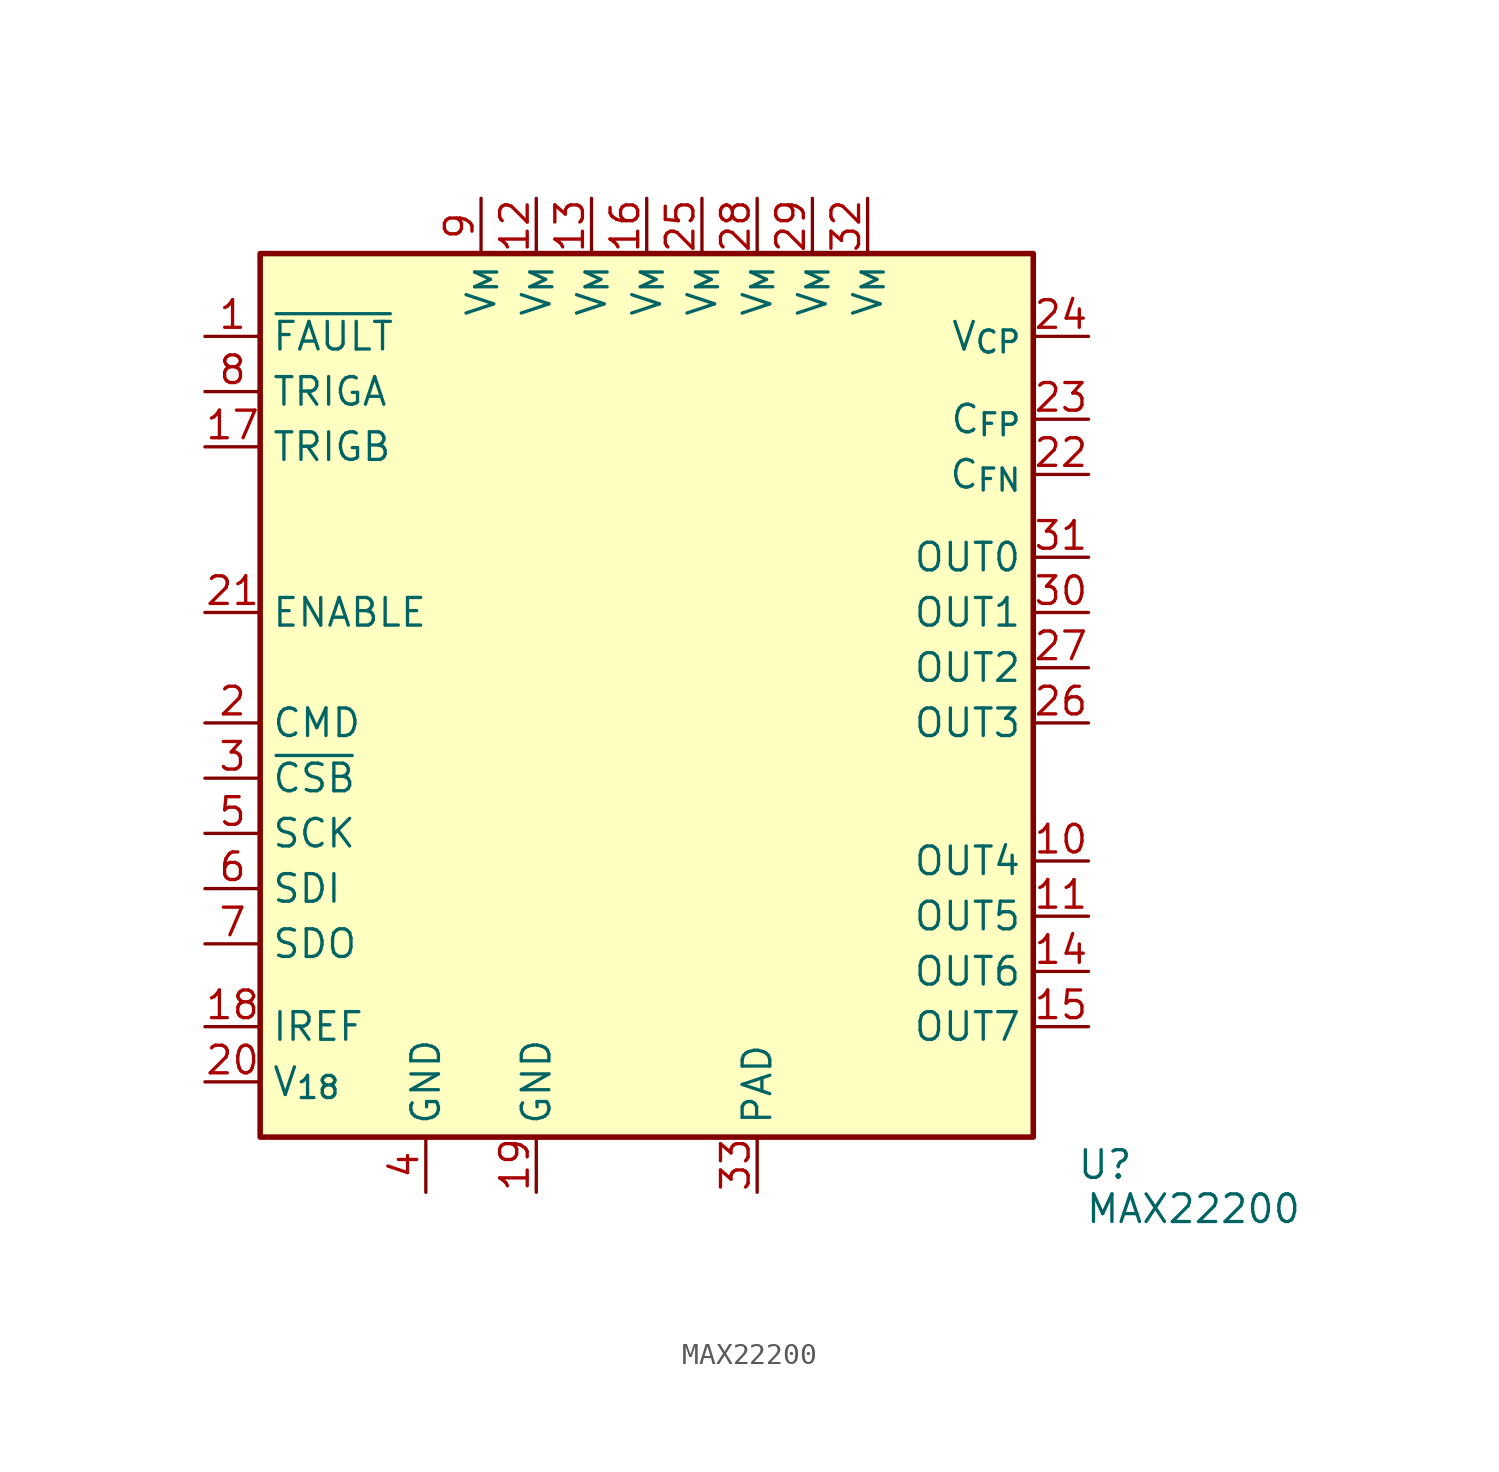
<source format=kicad_sym>
(kicad_symbol_lib
  (version 20231120)
  (generator "kicad_symbol_editor")
  (generator_version "8.0")
  (symbol "MAX22200"
    (property "Reference" "U"
      (at 21.082 -20.32 0)
      (effects (font (size 1.27 1.27))))
    (property "Value" "MAX22200"
      (at 25.146 -22.352 0)
      (effects (font (size 1.27 1.27))))
    (symbol "MAX22200_0_1"
      (rectangle (start -17.78 21.59) (end 17.78 -19.05) (stroke (width 0.254) (type default)) (fill (type background))))
    (symbol "MAX22200_1_1"
      (pin open_collector line (at -20.32 17.78 0) (length 2.54) (name "~{FAULT}" (effects (font (size 1.27 1.27)))) (number "1" (effects (font (size 1.27 1.27)))))
      (pin output line (at 20.32 -6.35 180) (length 2.54) (name "OUT4" (effects (font (size 1.27 1.27)))) (number "10" (effects (font (size 1.27 1.27)))))
      (pin output line (at 20.32 -8.89 180) (length 2.54) (name "OUT5" (effects (font (size 1.27 1.27)))) (number "11" (effects (font (size 1.27 1.27)))))
      (pin power_in line (at -5.08 24.13 270) (length 2.54) (name "V_{M}" (effects (font (size 1.27 1.27)))) (number "12" (effects (font (size 1.27 1.27)))))
      (pin power_in line (at -2.54 24.13 270) (length 2.54) (name "V_{M}" (effects (font (size 1.27 1.27)))) (number "13" (effects (font (size 1.27 1.27)))))
      (pin output line (at 20.32 -11.43 180) (length 2.54) (name "OUT6" (effects (font (size 1.27 1.27)))) (number "14" (effects (font (size 1.27 1.27)))))
      (pin output line (at 20.32 -13.97 180) (length 2.54) (name "OUT7" (effects (font (size 1.27 1.27)))) (number "15" (effects (font (size 1.27 1.27)))))
      (pin power_in line (at 0 24.13 270) (length 2.54) (name "V_{M}" (effects (font (size 1.27 1.27)))) (number "16" (effects (font (size 1.27 1.27)))))
      (pin input line (at -20.32 12.7 0) (length 2.54) (name "TRIGB" (effects (font (size 1.27 1.27)))) (number "17" (effects (font (size 1.27 1.27)))))
      (pin input line (at -20.32 -13.97 0) (length 2.54) (name "IREF" (effects (font (size 1.27 1.27)))) (number "18" (effects (font (size 1.27 1.27)))))
      (pin power_in line (at -5.08 -21.59 90) (length 2.54) (name "GND" (effects (font (size 1.27 1.27)))) (number "19" (effects (font (size 1.27 1.27)))))
      (pin input line (at -20.32 0 0) (length 2.54) (name "CMD" (effects (font (size 1.27 1.27)))) (number "2" (effects (font (size 1.27 1.27)))))
      (pin power_out line (at -20.32 -16.51 0) (length 2.54) (name "V_{18}" (effects (font (size 1.27 1.27)))) (number "20" (effects (font (size 1.27 1.27)))))
      (pin input line (at -20.32 5.08 0) (length 2.54) (name "ENABLE" (effects (font (size 1.27 1.27)))) (number "21" (effects (font (size 1.27 1.27)))))
      (pin passive line (at 20.32 11.43 180) (length 2.54) (name "C_{FN}" (effects (font (size 1.27 1.27)))) (number "22" (effects (font (size 1.27 1.27)))))
      (pin passive line (at 20.32 13.97 180) (length 2.54) (name "C_{FP}" (effects (font (size 1.27 1.27)))) (number "23" (effects (font (size 1.27 1.27)))))
      (pin passive line (at 20.32 17.78 180) (length 2.54) (name "V_{CP}" (effects (font (size 1.27 1.27)))) (number "24" (effects (font (size 1.27 1.27)))))
      (pin power_in line (at 2.54 24.13 270) (length 2.54) (name "V_{M}" (effects (font (size 1.27 1.27)))) (number "25" (effects (font (size 1.27 1.27)))))
      (pin output line (at 20.32 0 180) (length 2.54) (name "OUT3" (effects (font (size 1.27 1.27)))) (number "26" (effects (font (size 1.27 1.27)))))
      (pin output line (at 20.32 2.54 180) (length 2.54) (name "OUT2" (effects (font (size 1.27 1.27)))) (number "27" (effects (font (size 1.27 1.27)))))
      (pin power_in line (at 5.08 24.13 270) (length 2.54) (name "V_{M}" (effects (font (size 1.27 1.27)))) (number "28" (effects (font (size 1.27 1.27)))))
      (pin power_in line (at 7.62 24.13 270) (length 2.54) (name "V_{M}" (effects (font (size 1.27 1.27)))) (number "29" (effects (font (size 1.27 1.27)))))
      (pin input line (at -20.32 -2.54 0) (length 2.54) (name "~{CSB}" (effects (font (size 1.27 1.27)))) (number "3" (effects (font (size 1.27 1.27)))))
      (pin output line (at 20.32 5.08 180) (length 2.54) (name "OUT1" (effects (font (size 1.27 1.27)))) (number "30" (effects (font (size 1.27 1.27)))))
      (pin output line (at 20.32 7.62 180) (length 2.54) (name "OUT0" (effects (font (size 1.27 1.27)))) (number "31" (effects (font (size 1.27 1.27)))))
      (pin power_in line (at 10.16 24.13 270) (length 2.54) (name "V_{M}" (effects (font (size 1.27 1.27)))) (number "32" (effects (font (size 1.27 1.27)))))
      (pin passive line (at 5.08 -21.59 90) (length 2.54) (name "PAD" (effects (font (size 1.27 1.27)))) (number "33" (effects (font (size 1.27 1.27)))))
      (pin power_in line (at -10.16 -21.59 90) (length 2.54) (name "GND" (effects (font (size 1.27 1.27)))) (number "4" (effects (font (size 1.27 1.27)))))
      (pin input line (at -20.32 -5.08 0) (length 2.54) (name "SCK" (effects (font (size 1.27 1.27)))) (number "5" (effects (font (size 1.27 1.27)))))
      (pin input line (at -20.32 -7.62 0) (length 2.54) (name "SDI" (effects (font (size 1.27 1.27)))) (number "6" (effects (font (size 1.27 1.27)))))
      (pin open_collector line (at -20.32 -10.16 0) (length 2.54) (name "SDO" (effects (font (size 1.27 1.27)))) (number "7" (effects (font (size 1.27 1.27)))))
      (pin input line (at -20.32 15.24 0) (length 2.54) (name "TRIGA" (effects (font (size 1.27 1.27)))) (number "8" (effects (font (size 1.27 1.27)))))
      (pin power_in line (at -7.62 24.13 270) (length 2.54) (name "V_{M}" (effects (font (size 1.27 1.27)))) (number "9" (effects (font (size 1.27 1.27))))))))
</source>
